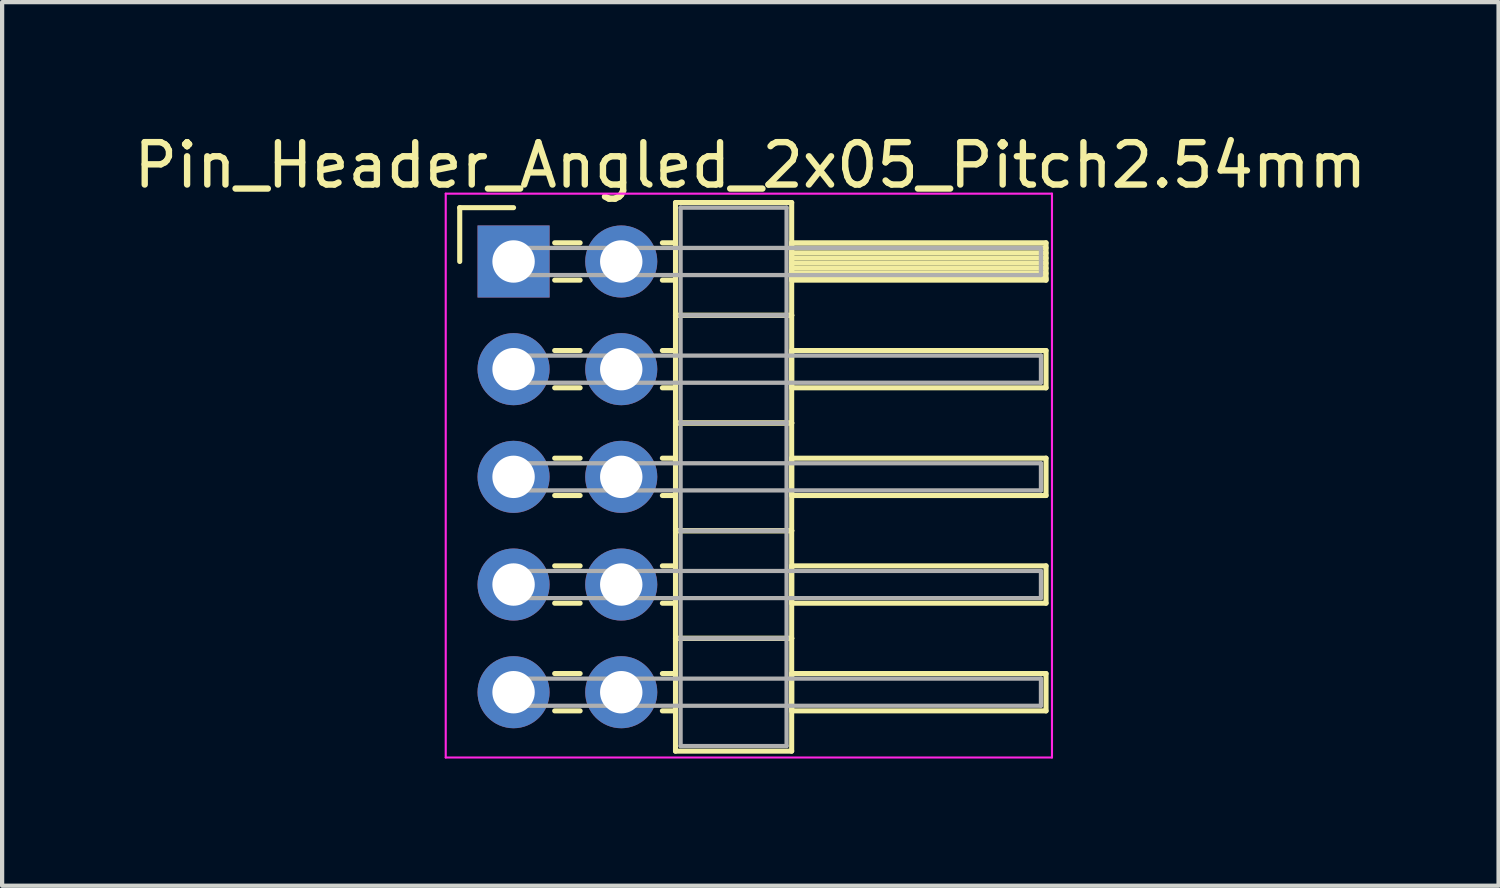
<source format=kicad_pcb>
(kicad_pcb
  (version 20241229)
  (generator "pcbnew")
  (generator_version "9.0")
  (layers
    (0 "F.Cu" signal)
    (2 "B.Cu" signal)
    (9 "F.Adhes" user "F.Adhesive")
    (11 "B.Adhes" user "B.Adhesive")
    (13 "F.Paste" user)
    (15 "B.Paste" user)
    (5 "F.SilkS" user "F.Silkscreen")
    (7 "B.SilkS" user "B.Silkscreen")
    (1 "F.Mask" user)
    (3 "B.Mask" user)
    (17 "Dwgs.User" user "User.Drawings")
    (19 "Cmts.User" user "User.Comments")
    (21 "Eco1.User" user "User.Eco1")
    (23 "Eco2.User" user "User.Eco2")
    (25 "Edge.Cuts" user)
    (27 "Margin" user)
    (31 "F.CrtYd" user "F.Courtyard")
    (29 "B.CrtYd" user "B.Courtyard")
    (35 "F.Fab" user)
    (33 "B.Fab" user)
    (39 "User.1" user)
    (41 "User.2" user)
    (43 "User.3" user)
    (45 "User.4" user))
  (footprint "Pin_Header_Angled_2x05_Pitch2.54mm"
    (layer "F.Cu")
    (at 9.064 3.118)
    (property "Reference" "Pin_Header_Angled_2x05_Pitch2.54mm" (at 5.585 -2.27 0) (layer "F.SilkS") (effects (font (size 1 1) (thickness 0.15))))
    (attr through_hole)
    (fp_line (start -1.27 -1.27) (end 0 -1.27) (stroke (width 0.12) (type solid)) (layer "F.SilkS"))
    (fp_line (start -1.27 0) (end -1.27 -1.27) (stroke (width 0.12) (type solid)) (layer "F.SilkS"))
    (fp_line (start 0.97 -0.44) (end 1.57 -0.44) (stroke (width 0.12) (type solid)) (layer "F.SilkS"))
    (fp_line (start 0.97 0.44) (end 1.57 0.44) (stroke (width 0.12) (type solid)) (layer "F.SilkS"))
    (fp_line (start 0.97 2.1) (end 1.57 2.1) (stroke (width 0.12) (type solid)) (layer "F.SilkS"))
    (fp_line (start 0.97 2.98) (end 1.57 2.98) (stroke (width 0.12) (type solid)) (layer "F.SilkS"))
    (fp_line (start 0.97 4.64) (end 1.57 4.64) (stroke (width 0.12) (type solid)) (layer "F.SilkS"))
    (fp_line (start 0.97 5.52) (end 1.57 5.52) (stroke (width 0.12) (type solid)) (layer "F.SilkS"))
    (fp_line (start 0.97 7.18) (end 1.57 7.18) (stroke (width 0.12) (type solid)) (layer "F.SilkS"))
    (fp_line (start 0.97 8.06) (end 1.57 8.06) (stroke (width 0.12) (type solid)) (layer "F.SilkS"))
    (fp_line (start 0.97 9.72) (end 1.57 9.72) (stroke (width 0.12) (type solid)) (layer "F.SilkS"))
    (fp_line (start 0.97 10.6) (end 1.57 10.6) (stroke (width 0.12) (type solid)) (layer "F.SilkS"))
    (fp_line (start 3.51 -0.44) (end 3.82 -0.44) (stroke (width 0.12) (type solid)) (layer "F.SilkS"))
    (fp_line (start 3.51 0.44) (end 3.82 0.44) (stroke (width 0.12) (type solid)) (layer "F.SilkS"))
    (fp_line (start 3.51 2.1) (end 3.82 2.1) (stroke (width 0.12) (type solid)) (layer "F.SilkS"))
    (fp_line (start 3.51 2.98) (end 3.82 2.98) (stroke (width 0.12) (type solid)) (layer "F.SilkS"))
    (fp_line (start 3.51 4.64) (end 3.82 4.64) (stroke (width 0.12) (type solid)) (layer "F.SilkS"))
    (fp_line (start 3.51 5.52) (end 3.82 5.52) (stroke (width 0.12) (type solid)) (layer "F.SilkS"))
    (fp_line (start 3.51 7.18) (end 3.82 7.18) (stroke (width 0.12) (type solid)) (layer "F.SilkS"))
    (fp_line (start 3.51 8.06) (end 3.82 8.06) (stroke (width 0.12) (type solid)) (layer "F.SilkS"))
    (fp_line (start 3.51 9.72) (end 3.82 9.72) (stroke (width 0.12) (type solid)) (layer "F.SilkS"))
    (fp_line (start 3.51 10.6) (end 3.82 10.6) (stroke (width 0.12) (type solid)) (layer "F.SilkS"))
    (fp_line (start 3.82 -1.39) (end 3.82 1.27) (stroke (width 0.12) (type solid)) (layer "F.SilkS"))
    (fp_line (start 3.82 1.27) (end 3.82 3.81) (stroke (width 0.12) (type solid)) (layer "F.SilkS"))
    (fp_line (start 3.82 1.27) (end 6.56 1.27) (stroke (width 0.12) (type solid)) (layer "F.SilkS"))
    (fp_line (start 3.82 3.81) (end 3.82 6.35) (stroke (width 0.12) (type solid)) (layer "F.SilkS"))
    (fp_line (start 3.82 3.81) (end 6.56 3.81) (stroke (width 0.12) (type solid)) (layer "F.SilkS"))
    (fp_line (start 3.82 6.35) (end 3.82 8.89) (stroke (width 0.12) (type solid)) (layer "F.SilkS"))
    (fp_line (start 3.82 6.35) (end 6.56 6.35) (stroke (width 0.12) (type solid)) (layer "F.SilkS"))
    (fp_line (start 3.82 8.89) (end 3.82 11.55) (stroke (width 0.12) (type solid)) (layer "F.SilkS"))
    (fp_line (start 3.82 8.89) (end 6.56 8.89) (stroke (width 0.12) (type solid)) (layer "F.SilkS"))
    (fp_line (start 3.82 11.55) (end 6.56 11.55) (stroke (width 0.12) (type solid)) (layer "F.SilkS"))
    (fp_line (start 6.56 -1.39) (end 3.82 -1.39) (stroke (width 0.12) (type solid)) (layer "F.SilkS"))
    (fp_line (start 6.56 -0.44) (end 6.56 0.44) (stroke (width 0.12) (type solid)) (layer "F.SilkS"))
    (fp_line (start 6.56 -0.32) (end 12.56 -0.32) (stroke (width 0.12) (type solid)) (layer "F.SilkS"))
    (fp_line (start 6.56 -0.2) (end 12.56 -0.2) (stroke (width 0.12) (type solid)) (layer "F.SilkS"))
    (fp_line (start 6.56 -0.08) (end 12.56 -0.08) (stroke (width 0.12) (type solid)) (layer "F.SilkS"))
    (fp_line (start 6.56 0.04) (end 12.56 0.04) (stroke (width 0.12) (type solid)) (layer "F.SilkS"))
    (fp_line (start 6.56 0.16) (end 12.56 0.16) (stroke (width 0.12) (type solid)) (layer "F.SilkS"))
    (fp_line (start 6.56 0.28) (end 12.56 0.28) (stroke (width 0.12) (type solid)) (layer "F.SilkS"))
    (fp_line (start 6.56 0.4) (end 12.56 0.4) (stroke (width 0.12) (type solid)) (layer "F.SilkS"))
    (fp_line (start 6.56 0.44) (end 12.56 0.44) (stroke (width 0.12) (type solid)) (layer "F.SilkS"))
    (fp_line (start 6.56 1.27) (end 3.82 1.27) (stroke (width 0.12) (type solid)) (layer "F.SilkS"))
    (fp_line (start 6.56 1.27) (end 6.56 -1.39) (stroke (width 0.12) (type solid)) (layer "F.SilkS"))
    (fp_line (start 6.56 2.1) (end 6.56 2.98) (stroke (width 0.12) (type solid)) (layer "F.SilkS"))
    (fp_line (start 6.56 2.98) (end 12.56 2.98) (stroke (width 0.12) (type solid)) (layer "F.SilkS"))
    (fp_line (start 6.56 3.81) (end 3.82 3.81) (stroke (width 0.12) (type solid)) (layer "F.SilkS"))
    (fp_line (start 6.56 3.81) (end 6.56 1.27) (stroke (width 0.12) (type solid)) (layer "F.SilkS"))
    (fp_line (start 6.56 4.64) (end 6.56 5.52) (stroke (width 0.12) (type solid)) (layer "F.SilkS"))
    (fp_line (start 6.56 5.52) (end 12.56 5.52) (stroke (width 0.12) (type solid)) (layer "F.SilkS"))
    (fp_line (start 6.56 6.35) (end 3.82 6.35) (stroke (width 0.12) (type solid)) (layer "F.SilkS"))
    (fp_line (start 6.56 6.35) (end 6.56 3.81) (stroke (width 0.12) (type solid)) (layer "F.SilkS"))
    (fp_line (start 6.56 7.18) (end 6.56 8.06) (stroke (width 0.12) (type solid)) (layer "F.SilkS"))
    (fp_line (start 6.56 8.06) (end 12.56 8.06) (stroke (width 0.12) (type solid)) (layer "F.SilkS"))
    (fp_line (start 6.56 8.89) (end 3.82 8.89) (stroke (width 0.12) (type solid)) (layer "F.SilkS"))
    (fp_line (start 6.56 8.89) (end 6.56 6.35) (stroke (width 0.12) (type solid)) (layer "F.SilkS"))
    (fp_line (start 6.56 9.72) (end 6.56 10.6) (stroke (width 0.12) (type solid)) (layer "F.SilkS"))
    (fp_line (start 6.56 10.6) (end 12.56 10.6) (stroke (width 0.12) (type solid)) (layer "F.SilkS"))
    (fp_line (start 6.56 11.55) (end 6.56 8.89) (stroke (width 0.12) (type solid)) (layer "F.SilkS"))
    (fp_line (start 12.56 -0.44) (end 6.56 -0.44) (stroke (width 0.12) (type solid)) (layer "F.SilkS"))
    (fp_line (start 12.56 0.44) (end 12.56 -0.44) (stroke (width 0.12) (type solid)) (layer "F.SilkS"))
    (fp_line (start 12.56 2.1) (end 6.56 2.1) (stroke (width 0.12) (type solid)) (layer "F.SilkS"))
    (fp_line (start 12.56 2.98) (end 12.56 2.1) (stroke (width 0.12) (type solid)) (layer "F.SilkS"))
    (fp_line (start 12.56 4.64) (end 6.56 4.64) (stroke (width 0.12) (type solid)) (layer "F.SilkS"))
    (fp_line (start 12.56 5.52) (end 12.56 4.64) (stroke (width 0.12) (type solid)) (layer "F.SilkS"))
    (fp_line (start 12.56 7.18) (end 6.56 7.18) (stroke (width 0.12) (type solid)) (layer "F.SilkS"))
    (fp_line (start 12.56 8.06) (end 12.56 7.18) (stroke (width 0.12) (type solid)) (layer "F.SilkS"))
    (fp_line (start 12.56 9.72) (end 6.56 9.72) (stroke (width 0.12) (type solid)) (layer "F.SilkS"))
    (fp_line (start 12.56 10.6) (end 12.56 9.72) (stroke (width 0.12) (type solid)) (layer "F.SilkS"))
    (fp_line (start -1.6 -1.6) (end -1.6 11.7) (stroke (width 0.05) (type solid)) (layer "F.CrtYd"))
    (fp_line (start -1.6 11.7) (end 12.7 11.7) (stroke (width 0.05) (type solid)) (layer "F.CrtYd"))
    (fp_line (start 12.7 -1.6) (end -1.6 -1.6) (stroke (width 0.05) (type solid)) (layer "F.CrtYd"))
    (fp_line (start 12.7 11.7) (end 12.7 -1.6) (stroke (width 0.05) (type solid)) (layer "F.CrtYd"))
    (fp_line (start 0 -0.32) (end 0 0.32) (stroke (width 0.1) (type solid)) (layer "F.Fab"))
    (fp_line (start 0 0.32) (end 12.44 0.32) (stroke (width 0.1) (type solid)) (layer "F.Fab"))
    (fp_line (start 0 2.22) (end 0 2.86) (stroke (width 0.1) (type solid)) (layer "F.Fab"))
    (fp_line (start 0 2.86) (end 12.44 2.86) (stroke (width 0.1) (type solid)) (layer "F.Fab"))
    (fp_line (start 0 4.76) (end 0 5.4) (stroke (width 0.1) (type solid)) (layer "F.Fab"))
    (fp_line (start 0 5.4) (end 12.44 5.4) (stroke (width 0.1) (type solid)) (layer "F.Fab"))
    (fp_line (start 0 7.3) (end 0 7.94) (stroke (width 0.1) (type solid)) (layer "F.Fab"))
    (fp_line (start 0 7.94) (end 12.44 7.94) (stroke (width 0.1) (type solid)) (layer "F.Fab"))
    (fp_line (start 0 9.84) (end 0 10.48) (stroke (width 0.1) (type solid)) (layer "F.Fab"))
    (fp_line (start 0 10.48) (end 12.44 10.48) (stroke (width 0.1) (type solid)) (layer "F.Fab"))
    (fp_line (start 3.94 -1.27) (end 3.94 1.27) (stroke (width 0.1) (type solid)) (layer "F.Fab"))
    (fp_line (start 3.94 1.27) (end 3.94 3.81) (stroke (width 0.1) (type solid)) (layer "F.Fab"))
    (fp_line (start 3.94 1.27) (end 6.44 1.27) (stroke (width 0.1) (type solid)) (layer "F.Fab"))
    (fp_line (start 3.94 3.81) (end 3.94 6.35) (stroke (width 0.1) (type solid)) (layer "F.Fab"))
    (fp_line (start 3.94 3.81) (end 6.44 3.81) (stroke (width 0.1) (type solid)) (layer "F.Fab"))
    (fp_line (start 3.94 6.35) (end 3.94 8.89) (stroke (width 0.1) (type solid)) (layer "F.Fab"))
    (fp_line (start 3.94 6.35) (end 6.44 6.35) (stroke (width 0.1) (type solid)) (layer "F.Fab"))
    (fp_line (start 3.94 8.89) (end 3.94 11.43) (stroke (width 0.1) (type solid)) (layer "F.Fab"))
    (fp_line (start 3.94 8.89) (end 6.44 8.89) (stroke (width 0.1) (type solid)) (layer "F.Fab"))
    (fp_line (start 3.94 11.43) (end 6.44 11.43) (stroke (width 0.1) (type solid)) (layer "F.Fab"))
    (fp_line (start 6.44 -1.27) (end 3.94 -1.27) (stroke (width 0.1) (type solid)) (layer "F.Fab"))
    (fp_line (start 6.44 1.27) (end 3.94 1.27) (stroke (width 0.1) (type solid)) (layer "F.Fab"))
    (fp_line (start 6.44 1.27) (end 6.44 -1.27) (stroke (width 0.1) (type solid)) (layer "F.Fab"))
    (fp_line (start 6.44 3.81) (end 3.94 3.81) (stroke (width 0.1) (type solid)) (layer "F.Fab"))
    (fp_line (start 6.44 3.81) (end 6.44 1.27) (stroke (width 0.1) (type solid)) (layer "F.Fab"))
    (fp_line (start 6.44 6.35) (end 3.94 6.35) (stroke (width 0.1) (type solid)) (layer "F.Fab"))
    (fp_line (start 6.44 6.35) (end 6.44 3.81) (stroke (width 0.1) (type solid)) (layer "F.Fab"))
    (fp_line (start 6.44 8.89) (end 3.94 8.89) (stroke (width 0.1) (type solid)) (layer "F.Fab"))
    (fp_line (start 6.44 8.89) (end 6.44 6.35) (stroke (width 0.1) (type solid)) (layer "F.Fab"))
    (fp_line (start 6.44 11.43) (end 6.44 8.89) (stroke (width 0.1) (type solid)) (layer "F.Fab"))
    (fp_line (start 12.44 -0.32) (end 0 -0.32) (stroke (width 0.1) (type solid)) (layer "F.Fab"))
    (fp_line (start 12.44 0.32) (end 12.44 -0.32) (stroke (width 0.1) (type solid)) (layer "F.Fab"))
    (fp_line (start 12.44 2.22) (end 0 2.22) (stroke (width 0.1) (type solid)) (layer "F.Fab"))
    (fp_line (start 12.44 2.86) (end 12.44 2.22) (stroke (width 0.1) (type solid)) (layer "F.Fab"))
    (fp_line (start 12.44 4.76) (end 0 4.76) (stroke (width 0.1) (type solid)) (layer "F.Fab"))
    (fp_line (start 12.44 5.4) (end 12.44 4.76) (stroke (width 0.1) (type solid)) (layer "F.Fab"))
    (fp_line (start 12.44 7.3) (end 0 7.3) (stroke (width 0.1) (type solid)) (layer "F.Fab"))
    (fp_line (start 12.44 7.94) (end 12.44 7.3) (stroke (width 0.1) (type solid)) (layer "F.Fab"))
    (fp_line (start 12.44 9.84) (end 0 9.84) (stroke (width 0.1) (type solid)) (layer "F.Fab"))
    (fp_line (start 12.44 10.48) (end 12.44 9.84) (stroke (width 0.1) (type solid)) (layer "F.Fab"))
    (pad "1" thru_hole rect (at 0 0) (size 1.7 1.7) (drill 1) (layers "*.Cu" "*.Mask"))
    (pad "2" thru_hole oval (at 2.54 0) (size 1.7 1.7) (drill 1) (layers "*.Cu" "*.Mask"))
    (pad "3" thru_hole oval (at 0 2.54) (size 1.7 1.7) (drill 1) (layers "*.Cu" "*.Mask"))
    (pad "4" thru_hole oval (at 2.54 2.54) (size 1.7 1.7) (drill 1) (layers "*.Cu" "*.Mask"))
    (pad "5" thru_hole oval (at 0 5.08) (size 1.7 1.7) (drill 1) (layers "*.Cu" "*.Mask"))
    (pad "6" thru_hole oval (at 2.54 5.08) (size 1.7 1.7) (drill 1) (layers "*.Cu" "*.Mask"))
    (pad "7" thru_hole oval (at 0 7.62) (size 1.7 1.7) (drill 1) (layers "*.Cu" "*.Mask"))
    (pad "8" thru_hole oval (at 2.54 7.62) (size 1.7 1.7) (drill 1) (layers "*.Cu" "*.Mask"))
    (pad "9" thru_hole oval (at 0 10.16) (size 1.7 1.7) (drill 1) (layers "*.Cu" "*.Mask"))
    (pad "10" thru_hole oval (at 2.54 10.16) (size 1.7 1.7) (drill 1) (layers "*.Cu" "*.Mask")))
  (gr_rect
    (start -3 -3)
    (end 32.298 17.843)
    (stroke (width 0.1) (type default))
    (fill no)
    (layer "Edge.Cuts")))
</source>
